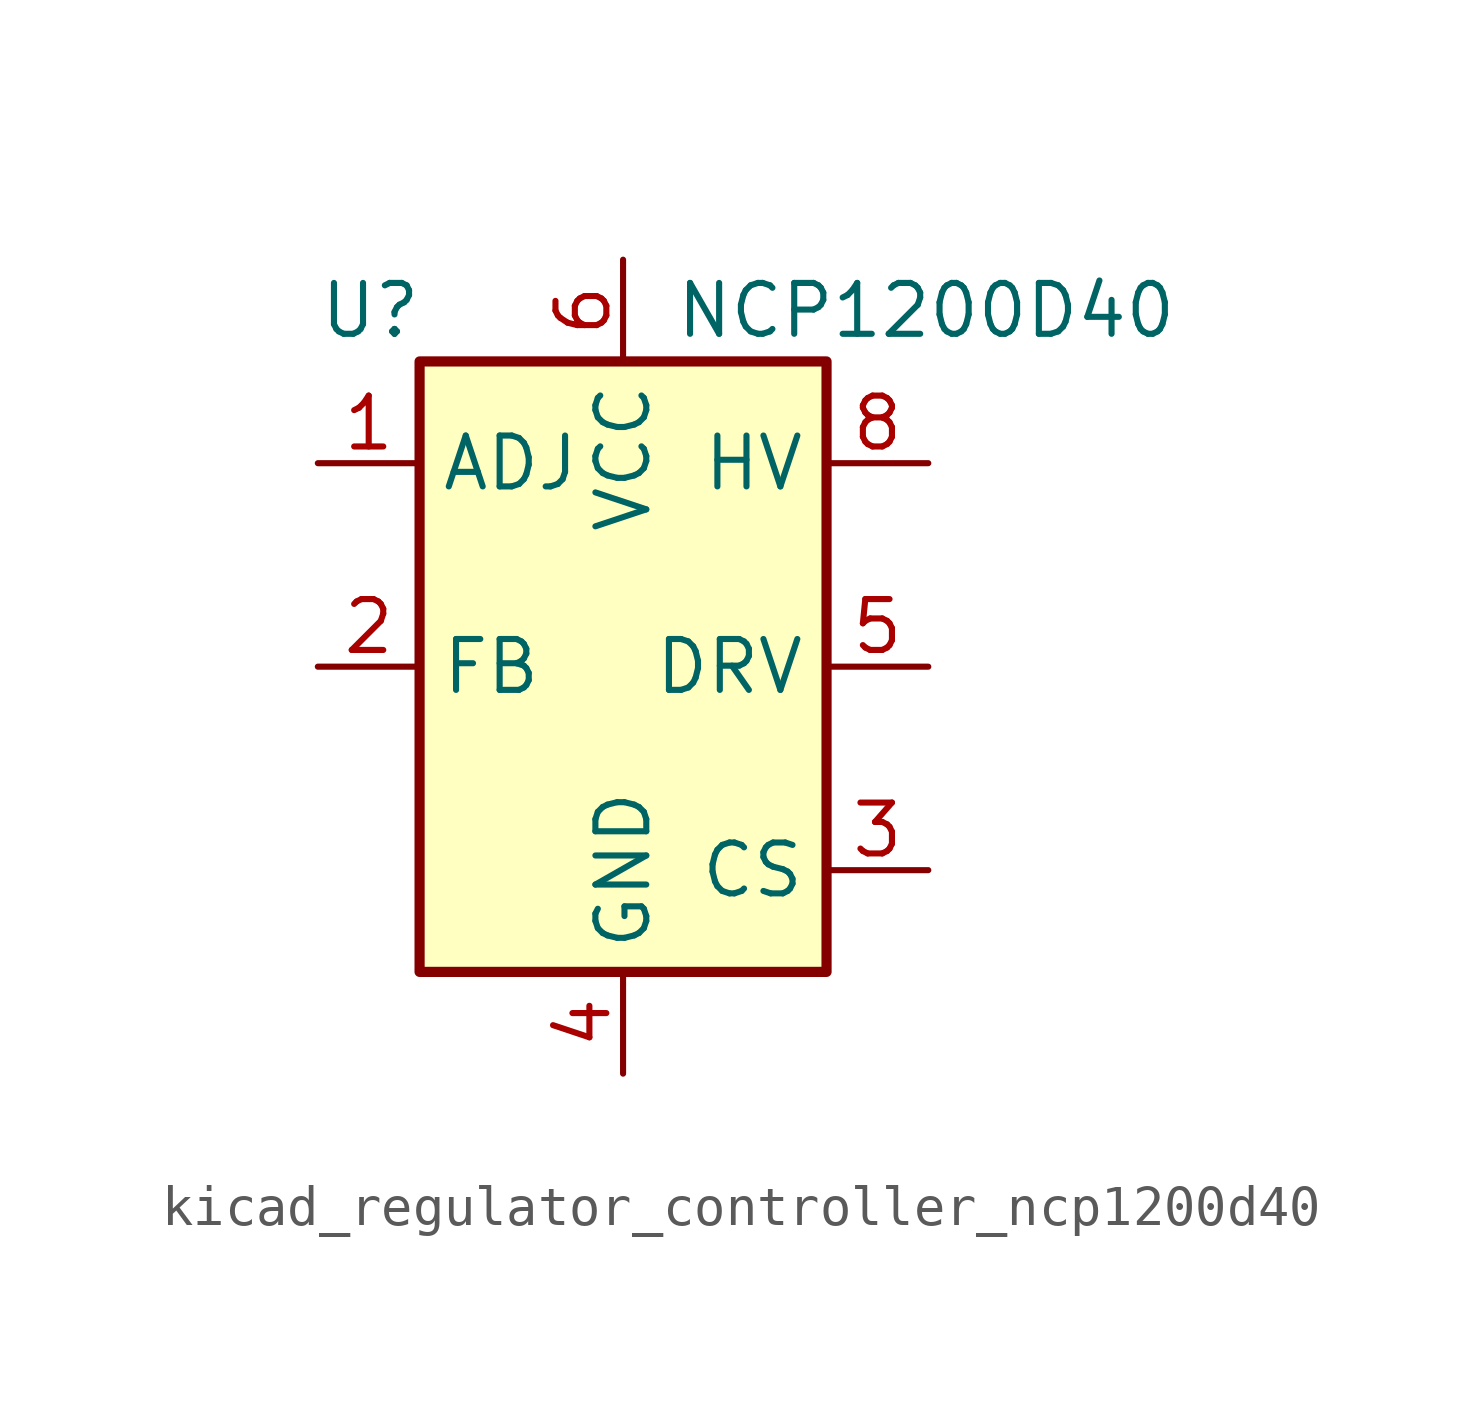
<source format=kicad_sym>
(kicad_symbol_lib
  (version 20220914)
  (generator kicad_symbol_editor)
  (symbol "kicad_regulator_controller_ncp1200d40"
    (property "Reference" "U"
      (at -7.62 8.89 0)
      (effects (font (size 1.27 1.27)) (justify left)))
    (property "Value" "NCP1200D40"
      (at 1.27 8.89 0)
      (effects (font (size 1.27 1.27)) (justify left)))
    (symbol "kicad_regulator_controller_ncp1200d40_0_0"
      (rectangle (start -5.08 7.62) (end 5.08 -7.62) (stroke (width 0.254) (type default)) (fill (type background))))
    (symbol "kicad_regulator_controller_ncp1200d40_1_1"
      (pin input line (at -7.62 5.08 0) (length 2.54) (name "ADJ" (effects (font (size 1.27 1.27)))) (number "1" (effects (font (size 1.27 1.27)))))
      (pin input line (at -7.62 0 0) (length 2.54) (name "FB" (effects (font (size 1.27 1.27)))) (number "2" (effects (font (size 1.27 1.27)))))
      (pin input line (at 7.62 -5.08 180) (length 2.54) (name "CS" (effects (font (size 1.27 1.27)))) (number "3" (effects (font (size 1.27 1.27)))))
      (pin power_in line (at 0 -10.16 90) (length 2.54) (name "GND" (effects (font (size 1.27 1.27)))) (number "4" (effects (font (size 1.27 1.27)))))
      (pin output line (at 7.62 0 180) (length 2.54) (name "DRV" (effects (font (size 1.27 1.27)))) (number "5" (effects (font (size 1.27 1.27)))))
      (pin power_in line (at 0 10.16 270) (length 2.54) (name "VCC" (effects (font (size 1.27 1.27)))) (number "6" (effects (font (size 1.27 1.27)))))
      (pin no_connect line (at -5.08 2.54 0) (length 2.54) hide (name "NC" (effects (font (size 1.27 1.27)))) (number "7" (effects (font (size 1.27 1.27)))))
      (pin input line (at 7.62 5.08 180) (length 2.54) (name "HV" (effects (font (size 1.27 1.27)))) (number "8" (effects (font (size 1.27 1.27))))))))
</source>
